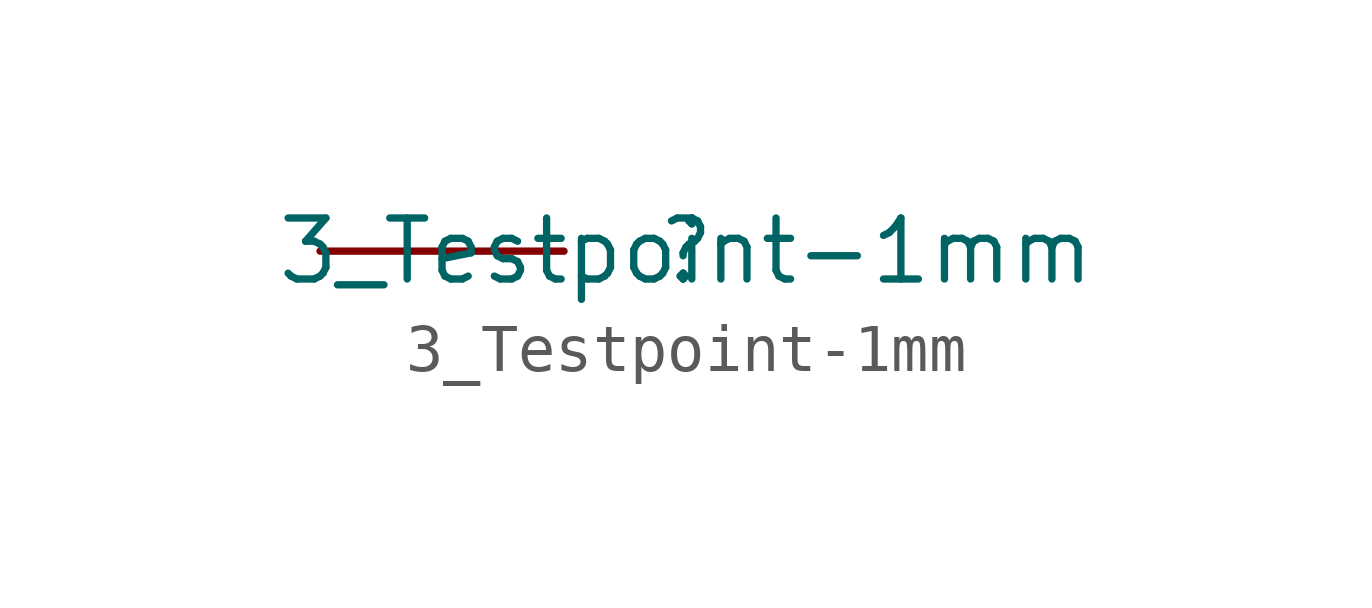
<source format=kicad_sym>
(kicad_symbol_lib
  (version 20211014)
  (generator kicad_symbol_editor)
  (symbol "3_Testpoint-1mm"
    (property "Reference" ""
      (at 0 0 0)
      (effects (font (size 1.27 1.27))))
    (property "Value" "3_Testpoint-1mm"
      (at 0 0 0)
      (effects (font (size 1.27 1.27))))
    (symbol "3_Testpoint-1mm_1_0"
      (pin passive line (at -7.62 0 0) (length 5.08) (name "1" (effects (font (size 0 0)))) (number "1" (effects (font (size 0 0))))))))
</source>
